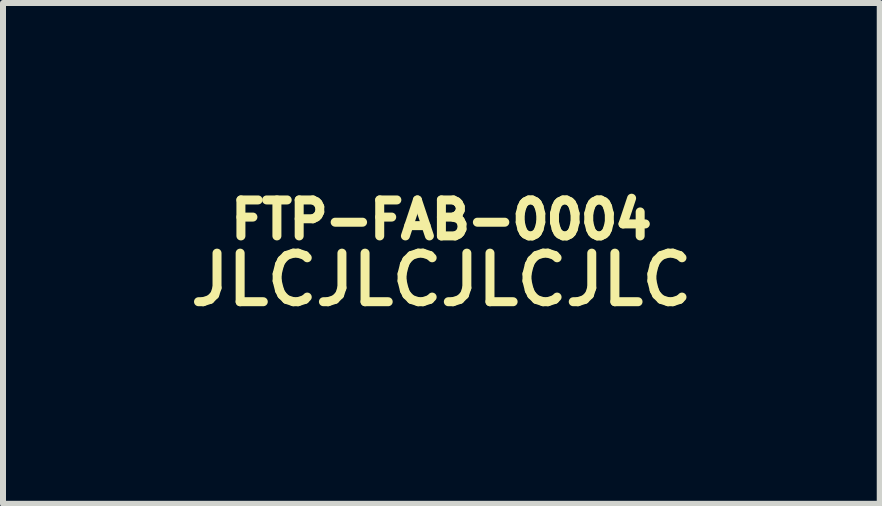
<source format=kicad_pcb>
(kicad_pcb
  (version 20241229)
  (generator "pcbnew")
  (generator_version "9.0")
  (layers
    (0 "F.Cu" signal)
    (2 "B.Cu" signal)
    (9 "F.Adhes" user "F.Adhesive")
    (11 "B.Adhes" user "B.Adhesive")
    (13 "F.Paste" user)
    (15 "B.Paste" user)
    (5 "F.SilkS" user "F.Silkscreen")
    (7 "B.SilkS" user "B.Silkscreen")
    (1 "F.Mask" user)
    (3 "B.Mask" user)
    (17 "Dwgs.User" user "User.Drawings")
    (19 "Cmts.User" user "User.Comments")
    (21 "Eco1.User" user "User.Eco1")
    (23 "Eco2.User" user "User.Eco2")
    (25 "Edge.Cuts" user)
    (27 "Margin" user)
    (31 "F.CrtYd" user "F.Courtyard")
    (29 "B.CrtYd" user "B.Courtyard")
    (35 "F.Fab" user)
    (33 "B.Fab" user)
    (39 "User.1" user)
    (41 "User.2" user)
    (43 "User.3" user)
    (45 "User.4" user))
  (footprint "FTP-FAB-0004"
    (layer "F.Cu")
    (at 4.31 1.614)
    (property "Reference" "FTP-FAB-0004" (at 0 -1 0) (unlocked yes) (layer "F.SilkS") (effects (font (size 0.6 0.6) (thickness 0.15))))
    (fp_text user "JLCJLCJLCJLC" (at 0 0 0) (unlocked yes) (layer "F.SilkS") (effects (font (size 0.81 0.81) (thickness 0.15)))))
  (gr_rect
    (start -3 -3)
    (end 11.619 5.351)
    (stroke (width 0.1) (type default))
    (fill no)
    (layer "Edge.Cuts")))
</source>
